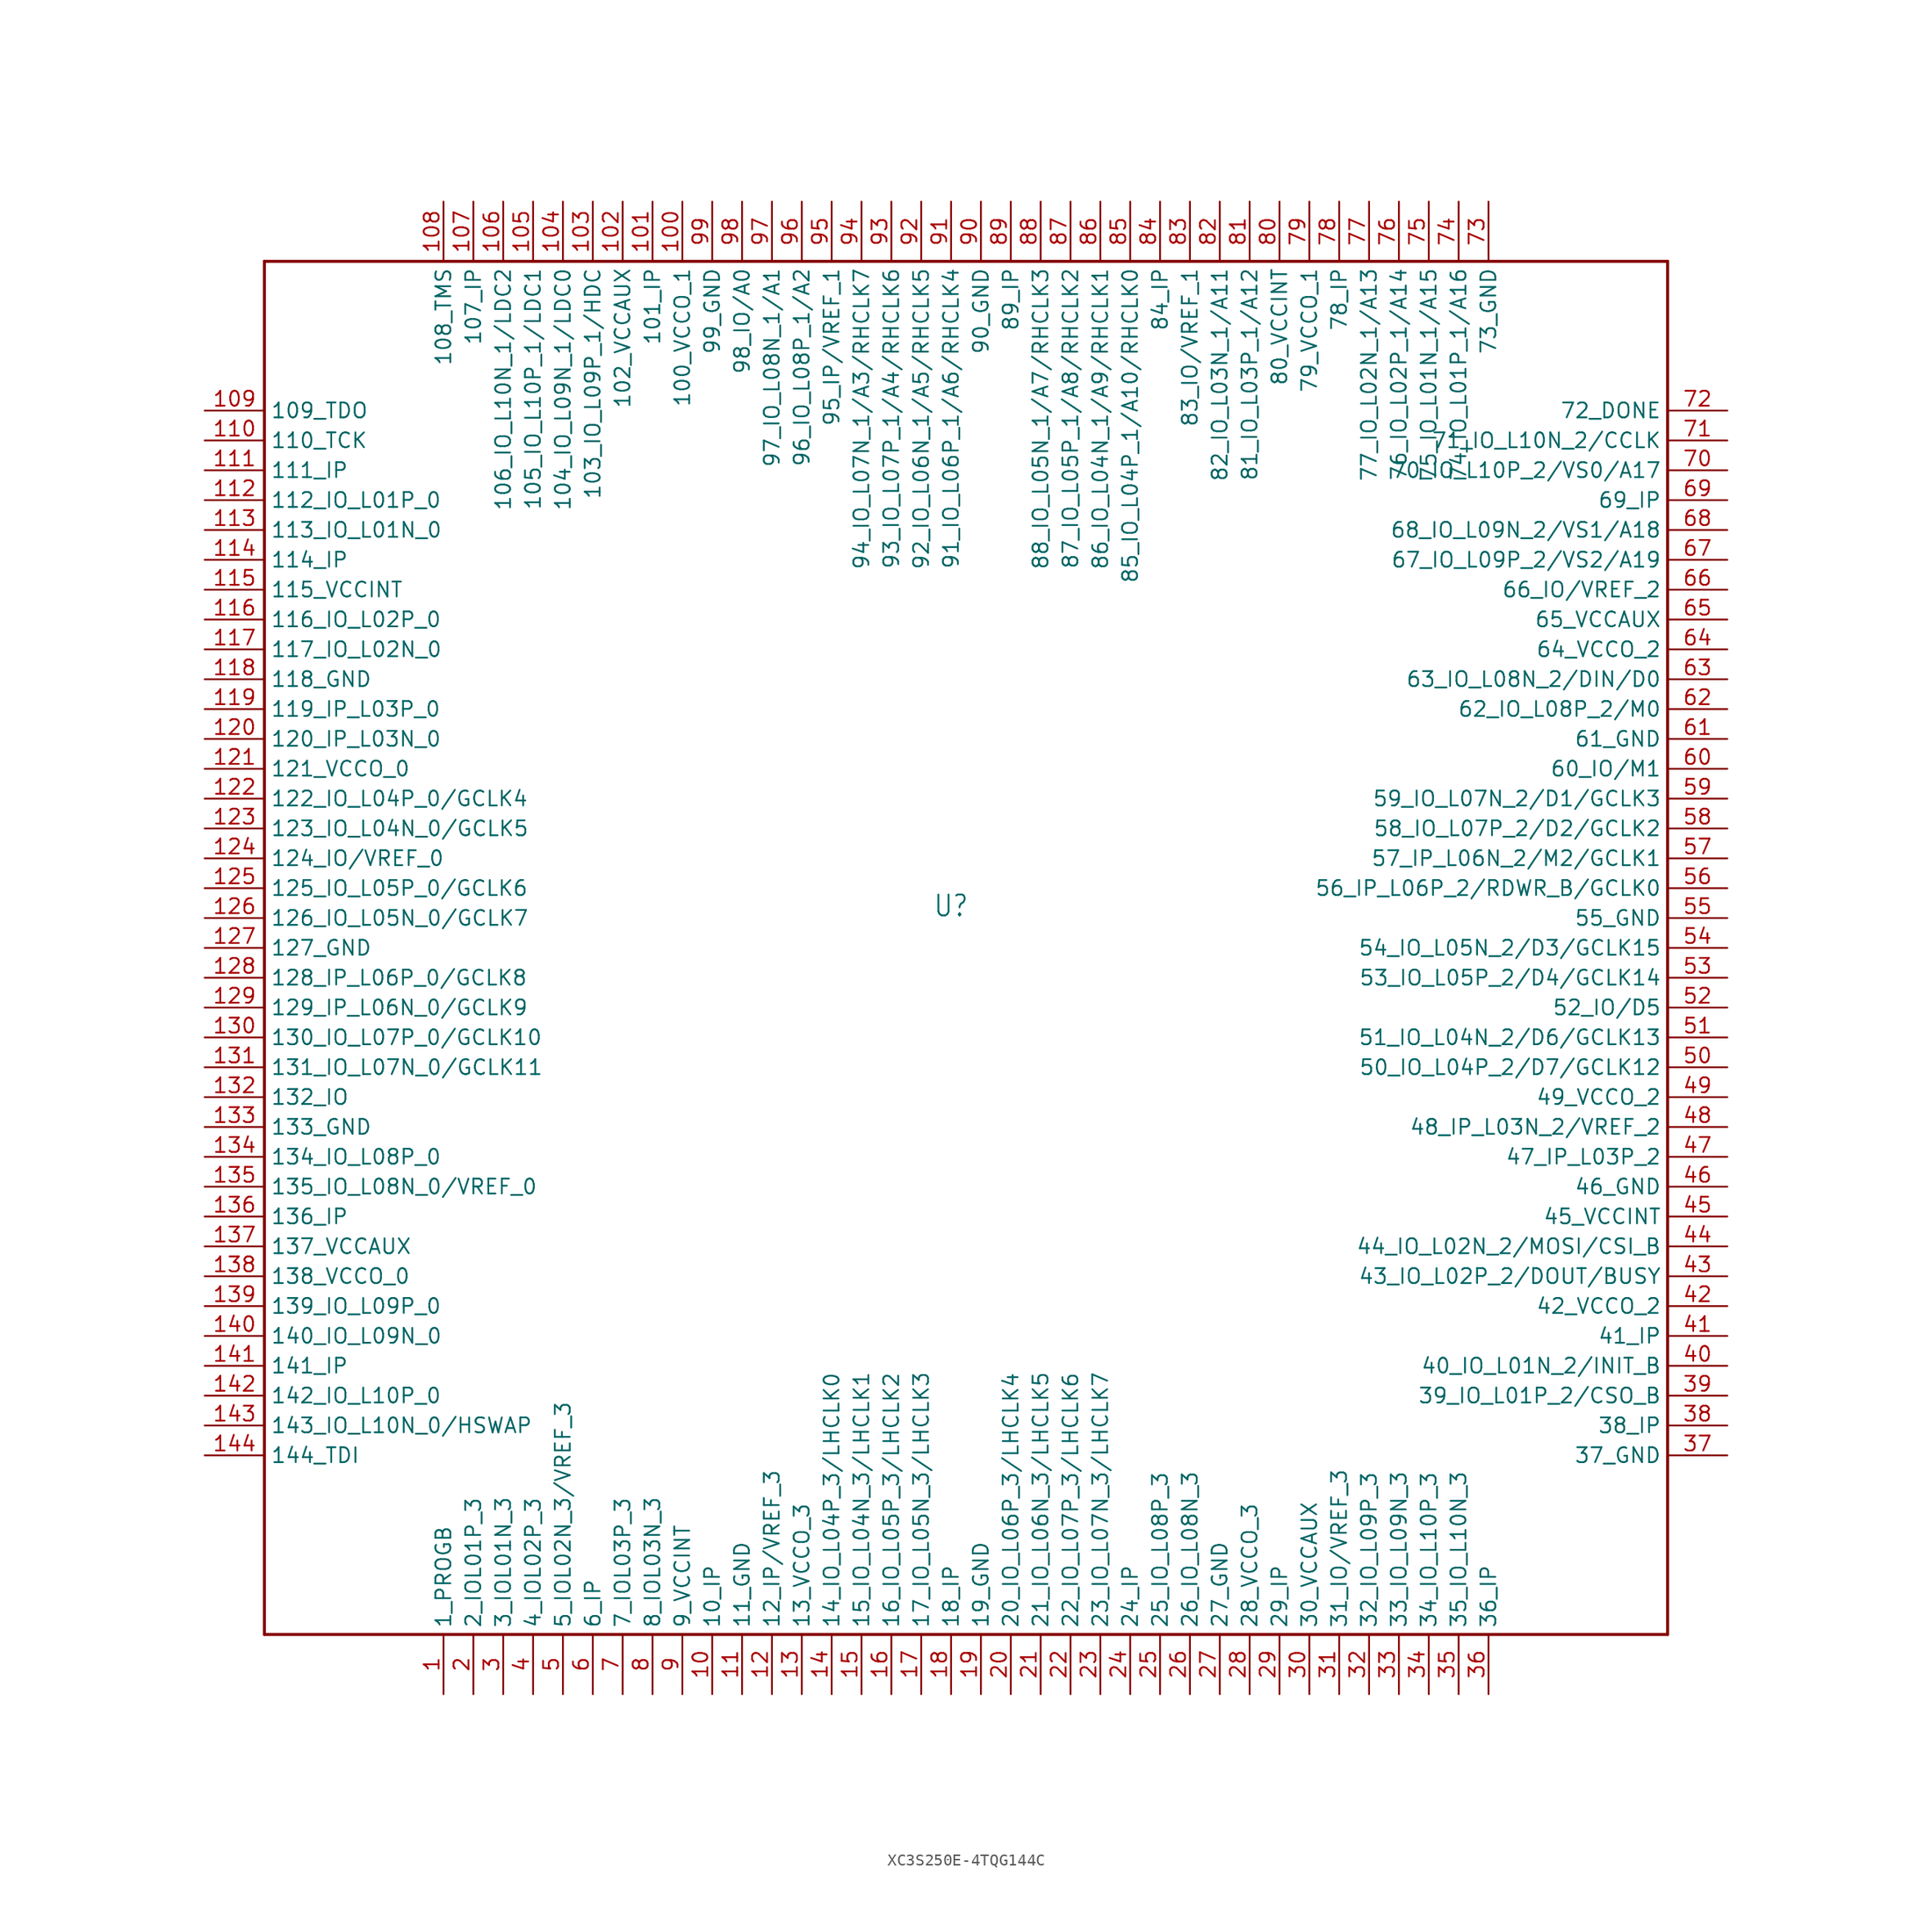
<source format=kicad_sym>
(kicad_symbol_lib
  (version 20220914)
  (generator kicad_symbol_editor)
  (symbol "XC3S250E-4TQG144C"
    (property "Reference" "U"
      (at 0 2.54 0)
      (effects (font (size 1.778 1.511)) (justify bottom)))
    (property "Value" ""
      (at 0 -5.08 0)
      (effects (font (size 1.778 1.511)) (justify bottom)))
    (property "ki_locked" ""
      (at 0 0 0)
      (effects (font (size 1.27 1.27))))
    (symbol "XC3S250E-4TQG144C_1_0"
      (polyline (pts (xy -58.42 -58.42) (xy 60.96 -58.42)) (stroke (width 0.254) (type solid)) (fill (type none)))
      (polyline (pts (xy -58.42 58.42) (xy -58.42 -58.42)) (stroke (width 0.254) (type solid)) (fill (type none)))
      (polyline (pts (xy 60.96 -58.42) (xy 60.96 58.42)) (stroke (width 0.254) (type solid)) (fill (type none)))
      (polyline (pts (xy 60.96 58.42) (xy -58.42 58.42)) (stroke (width 0.254) (type solid)) (fill (type none)))
      (pin bidirectional line (at -43.18 -63.5 90) (length 5.08) (name "1_PROGB" (effects (font (size 1.27 1.27)))) (number "1" (effects (font (size 1.27 1.27)))))
      (pin bidirectional line (at -20.32 -63.5 90) (length 5.08) (name "10_IP" (effects (font (size 1.27 1.27)))) (number "10" (effects (font (size 1.27 1.27)))))
      (pin bidirectional line (at -22.86 63.5 270) (length 5.08) (name "100_VCCO_1" (effects (font (size 1.27 1.27)))) (number "100" (effects (font (size 1.27 1.27)))))
      (pin bidirectional line (at -25.4 63.5 270) (length 5.08) (name "101_IP" (effects (font (size 1.27 1.27)))) (number "101" (effects (font (size 1.27 1.27)))))
      (pin bidirectional line (at -27.94 63.5 270) (length 5.08) (name "102_VCCAUX" (effects (font (size 1.27 1.27)))) (number "102" (effects (font (size 1.27 1.27)))))
      (pin bidirectional line (at -30.48 63.5 270) (length 5.08) (name "103_IO_L09P_1/HDC" (effects (font (size 1.27 1.27)))) (number "103" (effects (font (size 1.27 1.27)))))
      (pin bidirectional line (at -33.02 63.5 270) (length 5.08) (name "104_IO_L09N_1/LDC0" (effects (font (size 1.27 1.27)))) (number "104" (effects (font (size 1.27 1.27)))))
      (pin bidirectional line (at -35.56 63.5 270) (length 5.08) (name "105_IO_L10P_1/LDC1" (effects (font (size 1.27 1.27)))) (number "105" (effects (font (size 1.27 1.27)))))
      (pin bidirectional line (at -38.1 63.5 270) (length 5.08) (name "106_IO_L10N_1/LDC2" (effects (font (size 1.27 1.27)))) (number "106" (effects (font (size 1.27 1.27)))))
      (pin bidirectional line (at -40.64 63.5 270) (length 5.08) (name "107_IP" (effects (font (size 1.27 1.27)))) (number "107" (effects (font (size 1.27 1.27)))))
      (pin bidirectional line (at -43.18 63.5 270) (length 5.08) (name "108_TMS" (effects (font (size 1.27 1.27)))) (number "108" (effects (font (size 1.27 1.27)))))
      (pin bidirectional line (at -63.5 45.72 0) (length 5.08) (name "109_TDO" (effects (font (size 1.27 1.27)))) (number "109" (effects (font (size 1.27 1.27)))))
      (pin bidirectional line (at -17.78 -63.5 90) (length 5.08) (name "11_GND" (effects (font (size 1.27 1.27)))) (number "11" (effects (font (size 1.27 1.27)))))
      (pin bidirectional line (at -63.5 43.18 0) (length 5.08) (name "110_TCK" (effects (font (size 1.27 1.27)))) (number "110" (effects (font (size 1.27 1.27)))))
      (pin bidirectional line (at -63.5 40.64 0) (length 5.08) (name "111_IP" (effects (font (size 1.27 1.27)))) (number "111" (effects (font (size 1.27 1.27)))))
      (pin bidirectional line (at -63.5 38.1 0) (length 5.08) (name "112_IO_L01P_0" (effects (font (size 1.27 1.27)))) (number "112" (effects (font (size 1.27 1.27)))))
      (pin bidirectional line (at -63.5 35.56 0) (length 5.08) (name "113_IO_L01N_0" (effects (font (size 1.27 1.27)))) (number "113" (effects (font (size 1.27 1.27)))))
      (pin bidirectional line (at -63.5 33.02 0) (length 5.08) (name "114_IP" (effects (font (size 1.27 1.27)))) (number "114" (effects (font (size 1.27 1.27)))))
      (pin bidirectional line (at -63.5 30.48 0) (length 5.08) (name "115_VCCINT" (effects (font (size 1.27 1.27)))) (number "115" (effects (font (size 1.27 1.27)))))
      (pin bidirectional line (at -63.5 27.94 0) (length 5.08) (name "116_IO_L02P_0" (effects (font (size 1.27 1.27)))) (number "116" (effects (font (size 1.27 1.27)))))
      (pin bidirectional line (at -63.5 25.4 0) (length 5.08) (name "117_IO_L02N_0" (effects (font (size 1.27 1.27)))) (number "117" (effects (font (size 1.27 1.27)))))
      (pin bidirectional line (at -63.5 22.86 0) (length 5.08) (name "118_GND" (effects (font (size 1.27 1.27)))) (number "118" (effects (font (size 1.27 1.27)))))
      (pin bidirectional line (at -63.5 20.32 0) (length 5.08) (name "119_IP_L03P_0" (effects (font (size 1.27 1.27)))) (number "119" (effects (font (size 1.27 1.27)))))
      (pin bidirectional line (at -15.24 -63.5 90) (length 5.08) (name "12_IP/VREF_3" (effects (font (size 1.27 1.27)))) (number "12" (effects (font (size 1.27 1.27)))))
      (pin bidirectional line (at -63.5 17.78 0) (length 5.08) (name "120_IP_L03N_0" (effects (font (size 1.27 1.27)))) (number "120" (effects (font (size 1.27 1.27)))))
      (pin bidirectional line (at -63.5 15.24 0) (length 5.08) (name "121_VCCO_0" (effects (font (size 1.27 1.27)))) (number "121" (effects (font (size 1.27 1.27)))))
      (pin bidirectional line (at -63.5 12.7 0) (length 5.08) (name "122_IO_L04P_0/GCLK4" (effects (font (size 1.27 1.27)))) (number "122" (effects (font (size 1.27 1.27)))))
      (pin bidirectional line (at -63.5 10.16 0) (length 5.08) (name "123_IO_L04N_0/GCLK5" (effects (font (size 1.27 1.27)))) (number "123" (effects (font (size 1.27 1.27)))))
      (pin bidirectional line (at -63.5 7.62 0) (length 5.08) (name "124_IO/VREF_0" (effects (font (size 1.27 1.27)))) (number "124" (effects (font (size 1.27 1.27)))))
      (pin bidirectional line (at -63.5 5.08 0) (length 5.08) (name "125_IO_L05P_0/GCLK6" (effects (font (size 1.27 1.27)))) (number "125" (effects (font (size 1.27 1.27)))))
      (pin bidirectional line (at -63.5 2.54 0) (length 5.08) (name "126_IO_L05N_0/GCLK7" (effects (font (size 1.27 1.27)))) (number "126" (effects (font (size 1.27 1.27)))))
      (pin bidirectional line (at -63.5 0 0) (length 5.08) (name "127_GND" (effects (font (size 1.27 1.27)))) (number "127" (effects (font (size 1.27 1.27)))))
      (pin bidirectional line (at -63.5 -2.54 0) (length 5.08) (name "128_IP_L06P_0/GCLK8" (effects (font (size 1.27 1.27)))) (number "128" (effects (font (size 1.27 1.27)))))
      (pin bidirectional line (at -63.5 -5.08 0) (length 5.08) (name "129_IP_L06N_0/GCLK9" (effects (font (size 1.27 1.27)))) (number "129" (effects (font (size 1.27 1.27)))))
      (pin bidirectional line (at -12.7 -63.5 90) (length 5.08) (name "13_VCCO_3" (effects (font (size 1.27 1.27)))) (number "13" (effects (font (size 1.27 1.27)))))
      (pin bidirectional line (at -63.5 -7.62 0) (length 5.08) (name "130_IO_L07P_0/GCLK10" (effects (font (size 1.27 1.27)))) (number "130" (effects (font (size 1.27 1.27)))))
      (pin bidirectional line (at -63.5 -10.16 0) (length 5.08) (name "131_IO_L07N_0/GCLK11" (effects (font (size 1.27 1.27)))) (number "131" (effects (font (size 1.27 1.27)))))
      (pin bidirectional line (at -63.5 -12.7 0) (length 5.08) (name "132_IO" (effects (font (size 1.27 1.27)))) (number "132" (effects (font (size 1.27 1.27)))))
      (pin bidirectional line (at -63.5 -15.24 0) (length 5.08) (name "133_GND" (effects (font (size 1.27 1.27)))) (number "133" (effects (font (size 1.27 1.27)))))
      (pin bidirectional line (at -63.5 -17.78 0) (length 5.08) (name "134_IO_L08P_0" (effects (font (size 1.27 1.27)))) (number "134" (effects (font (size 1.27 1.27)))))
      (pin bidirectional line (at -63.5 -20.32 0) (length 5.08) (name "135_IO_L08N_0/VREF_0" (effects (font (size 1.27 1.27)))) (number "135" (effects (font (size 1.27 1.27)))))
      (pin bidirectional line (at -63.5 -22.86 0) (length 5.08) (name "136_IP" (effects (font (size 1.27 1.27)))) (number "136" (effects (font (size 1.27 1.27)))))
      (pin bidirectional line (at -63.5 -25.4 0) (length 5.08) (name "137_VCCAUX" (effects (font (size 1.27 1.27)))) (number "137" (effects (font (size 1.27 1.27)))))
      (pin bidirectional line (at -63.5 -27.94 0) (length 5.08) (name "138_VCCO_0" (effects (font (size 1.27 1.27)))) (number "138" (effects (font (size 1.27 1.27)))))
      (pin bidirectional line (at -63.5 -30.48 0) (length 5.08) (name "139_IO_L09P_0" (effects (font (size 1.27 1.27)))) (number "139" (effects (font (size 1.27 1.27)))))
      (pin bidirectional line (at -10.16 -63.5 90) (length 5.08) (name "14_IO_L04P_3/LHCLK0" (effects (font (size 1.27 1.27)))) (number "14" (effects (font (size 1.27 1.27)))))
      (pin bidirectional line (at -63.5 -33.02 0) (length 5.08) (name "140_IO_L09N_0" (effects (font (size 1.27 1.27)))) (number "140" (effects (font (size 1.27 1.27)))))
      (pin bidirectional line (at -63.5 -35.56 0) (length 5.08) (name "141_IP" (effects (font (size 1.27 1.27)))) (number "141" (effects (font (size 1.27 1.27)))))
      (pin bidirectional line (at -63.5 -38.1 0) (length 5.08) (name "142_IO_L10P_0" (effects (font (size 1.27 1.27)))) (number "142" (effects (font (size 1.27 1.27)))))
      (pin bidirectional line (at -63.5 -40.64 0) (length 5.08) (name "143_IO_L10N_0/HSWAP" (effects (font (size 1.27 1.27)))) (number "143" (effects (font (size 1.27 1.27)))))
      (pin bidirectional line (at -63.5 -43.18 0) (length 5.08) (name "144_TDI" (effects (font (size 1.27 1.27)))) (number "144" (effects (font (size 1.27 1.27)))))
      (pin bidirectional line (at -7.62 -63.5 90) (length 5.08) (name "15_IO_L04N_3/LHCLK1" (effects (font (size 1.27 1.27)))) (number "15" (effects (font (size 1.27 1.27)))))
      (pin bidirectional line (at -5.08 -63.5 90) (length 5.08) (name "16_IO_L05P_3/LHCLK2" (effects (font (size 1.27 1.27)))) (number "16" (effects (font (size 1.27 1.27)))))
      (pin bidirectional line (at -2.54 -63.5 90) (length 5.08) (name "17_IO_L05N_3/LHCLK3" (effects (font (size 1.27 1.27)))) (number "17" (effects (font (size 1.27 1.27)))))
      (pin bidirectional line (at 0 -63.5 90) (length 5.08) (name "18_IP" (effects (font (size 1.27 1.27)))) (number "18" (effects (font (size 1.27 1.27)))))
      (pin bidirectional line (at 2.54 -63.5 90) (length 5.08) (name "19_GND" (effects (font (size 1.27 1.27)))) (number "19" (effects (font (size 1.27 1.27)))))
      (pin bidirectional line (at -40.64 -63.5 90) (length 5.08) (name "2_IOL01P_3" (effects (font (size 1.27 1.27)))) (number "2" (effects (font (size 1.27 1.27)))))
      (pin bidirectional line (at 5.08 -63.5 90) (length 5.08) (name "20_IO_L06P_3/LHCLK4" (effects (font (size 1.27 1.27)))) (number "20" (effects (font (size 1.27 1.27)))))
      (pin bidirectional line (at 7.62 -63.5 90) (length 5.08) (name "21_IO_L06N_3/LHCLK5" (effects (font (size 1.27 1.27)))) (number "21" (effects (font (size 1.27 1.27)))))
      (pin bidirectional line (at 10.16 -63.5 90) (length 5.08) (name "22_IO_L07P_3/LHCLK6" (effects (font (size 1.27 1.27)))) (number "22" (effects (font (size 1.27 1.27)))))
      (pin bidirectional line (at 12.7 -63.5 90) (length 5.08) (name "23_IO_L07N_3/LHCLK7" (effects (font (size 1.27 1.27)))) (number "23" (effects (font (size 1.27 1.27)))))
      (pin bidirectional line (at 15.24 -63.5 90) (length 5.08) (name "24_IP" (effects (font (size 1.27 1.27)))) (number "24" (effects (font (size 1.27 1.27)))))
      (pin bidirectional line (at 17.78 -63.5 90) (length 5.08) (name "25_IO_L08P_3" (effects (font (size 1.27 1.27)))) (number "25" (effects (font (size 1.27 1.27)))))
      (pin bidirectional line (at 20.32 -63.5 90) (length 5.08) (name "26_IO_L08N_3" (effects (font (size 1.27 1.27)))) (number "26" (effects (font (size 1.27 1.27)))))
      (pin bidirectional line (at 22.86 -63.5 90) (length 5.08) (name "27_GND" (effects (font (size 1.27 1.27)))) (number "27" (effects (font (size 1.27 1.27)))))
      (pin bidirectional line (at 25.4 -63.5 90) (length 5.08) (name "28_VCCO_3" (effects (font (size 1.27 1.27)))) (number "28" (effects (font (size 1.27 1.27)))))
      (pin bidirectional line (at 27.94 -63.5 90) (length 5.08) (name "29_IP" (effects (font (size 1.27 1.27)))) (number "29" (effects (font (size 1.27 1.27)))))
      (pin bidirectional line (at -38.1 -63.5 90) (length 5.08) (name "3_IOL01N_3" (effects (font (size 1.27 1.27)))) (number "3" (effects (font (size 1.27 1.27)))))
      (pin bidirectional line (at 30.48 -63.5 90) (length 5.08) (name "30_VCCAUX" (effects (font (size 1.27 1.27)))) (number "30" (effects (font (size 1.27 1.27)))))
      (pin bidirectional line (at 33.02 -63.5 90) (length 5.08) (name "31_IO/VREF_3" (effects (font (size 1.27 1.27)))) (number "31" (effects (font (size 1.27 1.27)))))
      (pin bidirectional line (at 35.56 -63.5 90) (length 5.08) (name "32_IO_L09P_3" (effects (font (size 1.27 1.27)))) (number "32" (effects (font (size 1.27 1.27)))))
      (pin bidirectional line (at 38.1 -63.5 90) (length 5.08) (name "33_IO_L09N_3" (effects (font (size 1.27 1.27)))) (number "33" (effects (font (size 1.27 1.27)))))
      (pin bidirectional line (at 40.64 -63.5 90) (length 5.08) (name "34_IO_L10P_3" (effects (font (size 1.27 1.27)))) (number "34" (effects (font (size 1.27 1.27)))))
      (pin bidirectional line (at 43.18 -63.5 90) (length 5.08) (name "35_IO_L10N_3" (effects (font (size 1.27 1.27)))) (number "35" (effects (font (size 1.27 1.27)))))
      (pin bidirectional line (at 45.72 -63.5 90) (length 5.08) (name "36_IP" (effects (font (size 1.27 1.27)))) (number "36" (effects (font (size 1.27 1.27)))))
      (pin bidirectional line (at 66.04 -43.18 180) (length 5.08) (name "37_GND" (effects (font (size 1.27 1.27)))) (number "37" (effects (font (size 1.27 1.27)))))
      (pin bidirectional line (at 66.04 -40.64 180) (length 5.08) (name "38_IP" (effects (font (size 1.27 1.27)))) (number "38" (effects (font (size 1.27 1.27)))))
      (pin bidirectional line (at 66.04 -38.1 180) (length 5.08) (name "39_IO_L01P_2/CSO_B" (effects (font (size 1.27 1.27)))) (number "39" (effects (font (size 1.27 1.27)))))
      (pin bidirectional line (at -35.56 -63.5 90) (length 5.08) (name "4_IOL02P_3" (effects (font (size 1.27 1.27)))) (number "4" (effects (font (size 1.27 1.27)))))
      (pin bidirectional line (at 66.04 -35.56 180) (length 5.08) (name "40_IO_L01N_2/INIT_B" (effects (font (size 1.27 1.27)))) (number "40" (effects (font (size 1.27 1.27)))))
      (pin bidirectional line (at 66.04 -33.02 180) (length 5.08) (name "41_IP" (effects (font (size 1.27 1.27)))) (number "41" (effects (font (size 1.27 1.27)))))
      (pin bidirectional line (at 66.04 -30.48 180) (length 5.08) (name "42_VCCO_2" (effects (font (size 1.27 1.27)))) (number "42" (effects (font (size 1.27 1.27)))))
      (pin bidirectional line (at 66.04 -27.94 180) (length 5.08) (name "43_IO_L02P_2/DOUT/BUSY" (effects (font (size 1.27 1.27)))) (number "43" (effects (font (size 1.27 1.27)))))
      (pin bidirectional line (at 66.04 -25.4 180) (length 5.08) (name "44_IO_L02N_2/MOSI/CSI_B" (effects (font (size 1.27 1.27)))) (number "44" (effects (font (size 1.27 1.27)))))
      (pin bidirectional line (at 66.04 -22.86 180) (length 5.08) (name "45_VCCINT" (effects (font (size 1.27 1.27)))) (number "45" (effects (font (size 1.27 1.27)))))
      (pin bidirectional line (at 66.04 -20.32 180) (length 5.08) (name "46_GND" (effects (font (size 1.27 1.27)))) (number "46" (effects (font (size 1.27 1.27)))))
      (pin bidirectional line (at 66.04 -17.78 180) (length 5.08) (name "47_IP_L03P_2" (effects (font (size 1.27 1.27)))) (number "47" (effects (font (size 1.27 1.27)))))
      (pin bidirectional line (at 66.04 -15.24 180) (length 5.08) (name "48_IP_L03N_2/VREF_2" (effects (font (size 1.27 1.27)))) (number "48" (effects (font (size 1.27 1.27)))))
      (pin bidirectional line (at 66.04 -12.7 180) (length 5.08) (name "49_VCCO_2" (effects (font (size 1.27 1.27)))) (number "49" (effects (font (size 1.27 1.27)))))
      (pin bidirectional line (at -33.02 -63.5 90) (length 5.08) (name "5_IOL02N_3/VREF_3" (effects (font (size 1.27 1.27)))) (number "5" (effects (font (size 1.27 1.27)))))
      (pin bidirectional line (at 66.04 -10.16 180) (length 5.08) (name "50_IO_L04P_2/D7/GCLK12" (effects (font (size 1.27 1.27)))) (number "50" (effects (font (size 1.27 1.27)))))
      (pin bidirectional line (at 66.04 -7.62 180) (length 5.08) (name "51_IO_L04N_2/D6/GCLK13" (effects (font (size 1.27 1.27)))) (number "51" (effects (font (size 1.27 1.27)))))
      (pin bidirectional line (at 66.04 -5.08 180) (length 5.08) (name "52_IO/D5" (effects (font (size 1.27 1.27)))) (number "52" (effects (font (size 1.27 1.27)))))
      (pin bidirectional line (at 66.04 -2.54 180) (length 5.08) (name "53_IO_L05P_2/D4/GCLK14" (effects (font (size 1.27 1.27)))) (number "53" (effects (font (size 1.27 1.27)))))
      (pin bidirectional line (at 66.04 0 180) (length 5.08) (name "54_IO_L05N_2/D3/GCLK15" (effects (font (size 1.27 1.27)))) (number "54" (effects (font (size 1.27 1.27)))))
      (pin bidirectional line (at 66.04 2.54 180) (length 5.08) (name "55_GND" (effects (font (size 1.27 1.27)))) (number "55" (effects (font (size 1.27 1.27)))))
      (pin bidirectional line (at 66.04 5.08 180) (length 5.08) (name "56_IP_L06P_2/RDWR_B/GCLK0" (effects (font (size 1.27 1.27)))) (number "56" (effects (font (size 1.27 1.27)))))
      (pin bidirectional line (at 66.04 7.62 180) (length 5.08) (name "57_IP_L06N_2/M2/GCLK1" (effects (font (size 1.27 1.27)))) (number "57" (effects (font (size 1.27 1.27)))))
      (pin bidirectional line (at 66.04 10.16 180) (length 5.08) (name "58_IO_L07P_2/D2/GCLK2" (effects (font (size 1.27 1.27)))) (number "58" (effects (font (size 1.27 1.27)))))
      (pin bidirectional line (at 66.04 12.7 180) (length 5.08) (name "59_IO_L07N_2/D1/GCLK3" (effects (font (size 1.27 1.27)))) (number "59" (effects (font (size 1.27 1.27)))))
      (pin bidirectional line (at -30.48 -63.5 90) (length 5.08) (name "6_IP" (effects (font (size 1.27 1.27)))) (number "6" (effects (font (size 1.27 1.27)))))
      (pin bidirectional line (at 66.04 15.24 180) (length 5.08) (name "60_IO/M1" (effects (font (size 1.27 1.27)))) (number "60" (effects (font (size 1.27 1.27)))))
      (pin bidirectional line (at 66.04 17.78 180) (length 5.08) (name "61_GND" (effects (font (size 1.27 1.27)))) (number "61" (effects (font (size 1.27 1.27)))))
      (pin bidirectional line (at 66.04 20.32 180) (length 5.08) (name "62_IO_L08P_2/M0" (effects (font (size 1.27 1.27)))) (number "62" (effects (font (size 1.27 1.27)))))
      (pin bidirectional line (at 66.04 22.86 180) (length 5.08) (name "63_IO_L08N_2/DIN/D0" (effects (font (size 1.27 1.27)))) (number "63" (effects (font (size 1.27 1.27)))))
      (pin bidirectional line (at 66.04 25.4 180) (length 5.08) (name "64_VCCO_2" (effects (font (size 1.27 1.27)))) (number "64" (effects (font (size 1.27 1.27)))))
      (pin bidirectional line (at 66.04 27.94 180) (length 5.08) (name "65_VCCAUX" (effects (font (size 1.27 1.27)))) (number "65" (effects (font (size 1.27 1.27)))))
      (pin bidirectional line (at 66.04 30.48 180) (length 5.08) (name "66_IO/VREF_2" (effects (font (size 1.27 1.27)))) (number "66" (effects (font (size 1.27 1.27)))))
      (pin bidirectional line (at 66.04 33.02 180) (length 5.08) (name "67_IO_L09P_2/VS2/A19" (effects (font (size 1.27 1.27)))) (number "67" (effects (font (size 1.27 1.27)))))
      (pin bidirectional line (at 66.04 35.56 180) (length 5.08) (name "68_IO_L09N_2/VS1/A18" (effects (font (size 1.27 1.27)))) (number "68" (effects (font (size 1.27 1.27)))))
      (pin bidirectional line (at 66.04 38.1 180) (length 5.08) (name "69_IP" (effects (font (size 1.27 1.27)))) (number "69" (effects (font (size 1.27 1.27)))))
      (pin bidirectional line (at -27.94 -63.5 90) (length 5.08) (name "7_IOL03P_3" (effects (font (size 1.27 1.27)))) (number "7" (effects (font (size 1.27 1.27)))))
      (pin bidirectional line (at 66.04 40.64 180) (length 5.08) (name "70_IO_L10P_2/VS0/A17" (effects (font (size 1.27 1.27)))) (number "70" (effects (font (size 1.27 1.27)))))
      (pin bidirectional line (at 66.04 43.18 180) (length 5.08) (name "71_IO_L10N_2/CCLK" (effects (font (size 1.27 1.27)))) (number "71" (effects (font (size 1.27 1.27)))))
      (pin bidirectional line (at 66.04 45.72 180) (length 5.08) (name "72_DONE" (effects (font (size 1.27 1.27)))) (number "72" (effects (font (size 1.27 1.27)))))
      (pin bidirectional line (at 45.72 63.5 270) (length 5.08) (name "73_GND" (effects (font (size 1.27 1.27)))) (number "73" (effects (font (size 1.27 1.27)))))
      (pin bidirectional line (at 43.18 63.5 270) (length 5.08) (name "74_IO_L01P_1/A16" (effects (font (size 1.27 1.27)))) (number "74" (effects (font (size 1.27 1.27)))))
      (pin bidirectional line (at 40.64 63.5 270) (length 5.08) (name "75_IO_L01N_1/A15" (effects (font (size 1.27 1.27)))) (number "75" (effects (font (size 1.27 1.27)))))
      (pin bidirectional line (at 38.1 63.5 270) (length 5.08) (name "76_IO_L02P_1/A14" (effects (font (size 1.27 1.27)))) (number "76" (effects (font (size 1.27 1.27)))))
      (pin bidirectional line (at 35.56 63.5 270) (length 5.08) (name "77_IO_L02N_1/A13" (effects (font (size 1.27 1.27)))) (number "77" (effects (font (size 1.27 1.27)))))
      (pin bidirectional line (at 33.02 63.5 270) (length 5.08) (name "78_IP" (effects (font (size 1.27 1.27)))) (number "78" (effects (font (size 1.27 1.27)))))
      (pin bidirectional line (at 30.48 63.5 270) (length 5.08) (name "79_VCCO_1" (effects (font (size 1.27 1.27)))) (number "79" (effects (font (size 1.27 1.27)))))
      (pin bidirectional line (at -25.4 -63.5 90) (length 5.08) (name "8_IOL03N_3" (effects (font (size 1.27 1.27)))) (number "8" (effects (font (size 1.27 1.27)))))
      (pin bidirectional line (at 27.94 63.5 270) (length 5.08) (name "80_VCCINT" (effects (font (size 1.27 1.27)))) (number "80" (effects (font (size 1.27 1.27)))))
      (pin bidirectional line (at 25.4 63.5 270) (length 5.08) (name "81_IO_L03P_1/A12" (effects (font (size 1.27 1.27)))) (number "81" (effects (font (size 1.27 1.27)))))
      (pin bidirectional line (at 22.86 63.5 270) (length 5.08) (name "82_IO_L03N_1/A11" (effects (font (size 1.27 1.27)))) (number "82" (effects (font (size 1.27 1.27)))))
      (pin bidirectional line (at 20.32 63.5 270) (length 5.08) (name "83_IO/VREF_1" (effects (font (size 1.27 1.27)))) (number "83" (effects (font (size 1.27 1.27)))))
      (pin bidirectional line (at 17.78 63.5 270) (length 5.08) (name "84_IP" (effects (font (size 1.27 1.27)))) (number "84" (effects (font (size 1.27 1.27)))))
      (pin bidirectional line (at 15.24 63.5 270) (length 5.08) (name "85_IO_L04P_1/A10/RHCLK0" (effects (font (size 1.27 1.27)))) (number "85" (effects (font (size 1.27 1.27)))))
      (pin bidirectional line (at 12.7 63.5 270) (length 5.08) (name "86_IO_L04N_1/A9/RHCLK1" (effects (font (size 1.27 1.27)))) (number "86" (effects (font (size 1.27 1.27)))))
      (pin bidirectional line (at 10.16 63.5 270) (length 5.08) (name "87_IO_L05P_1/A8/RHCLK2" (effects (font (size 1.27 1.27)))) (number "87" (effects (font (size 1.27 1.27)))))
      (pin bidirectional line (at 7.62 63.5 270) (length 5.08) (name "88_IO_L05N_1/A7/RHCLK3" (effects (font (size 1.27 1.27)))) (number "88" (effects (font (size 1.27 1.27)))))
      (pin bidirectional line (at 5.08 63.5 270) (length 5.08) (name "89_IP" (effects (font (size 1.27 1.27)))) (number "89" (effects (font (size 1.27 1.27)))))
      (pin bidirectional line (at -22.86 -63.5 90) (length 5.08) (name "9_VCCINT" (effects (font (size 1.27 1.27)))) (number "9" (effects (font (size 1.27 1.27)))))
      (pin bidirectional line (at 2.54 63.5 270) (length 5.08) (name "90_GND" (effects (font (size 1.27 1.27)))) (number "90" (effects (font (size 1.27 1.27)))))
      (pin bidirectional line (at 0 63.5 270) (length 5.08) (name "91_IO_L06P_1/A6/RHCLK4" (effects (font (size 1.27 1.27)))) (number "91" (effects (font (size 1.27 1.27)))))
      (pin bidirectional line (at -2.54 63.5 270) (length 5.08) (name "92_IO_L06N_1/A5/RHCLK5" (effects (font (size 1.27 1.27)))) (number "92" (effects (font (size 1.27 1.27)))))
      (pin bidirectional line (at -5.08 63.5 270) (length 5.08) (name "93_IO_L07P_1/A4/RHCLK6" (effects (font (size 1.27 1.27)))) (number "93" (effects (font (size 1.27 1.27)))))
      (pin bidirectional line (at -7.62 63.5 270) (length 5.08) (name "94_IO_L07N_1/A3/RHCLK7" (effects (font (size 1.27 1.27)))) (number "94" (effects (font (size 1.27 1.27)))))
      (pin bidirectional line (at -10.16 63.5 270) (length 5.08) (name "95_IP/VREF_1" (effects (font (size 1.27 1.27)))) (number "95" (effects (font (size 1.27 1.27)))))
      (pin bidirectional line (at -12.7 63.5 270) (length 5.08) (name "96_IO_L08P_1/A2" (effects (font (size 1.27 1.27)))) (number "96" (effects (font (size 1.27 1.27)))))
      (pin bidirectional line (at -15.24 63.5 270) (length 5.08) (name "97_IO_L08N_1/A1" (effects (font (size 1.27 1.27)))) (number "97" (effects (font (size 1.27 1.27)))))
      (pin bidirectional line (at -17.78 63.5 270) (length 5.08) (name "98_IO/A0" (effects (font (size 1.27 1.27)))) (number "98" (effects (font (size 1.27 1.27)))))
      (pin bidirectional line (at -20.32 63.5 270) (length 5.08) (name "99_GND" (effects (font (size 1.27 1.27)))) (number "99" (effects (font (size 1.27 1.27))))))))
</source>
